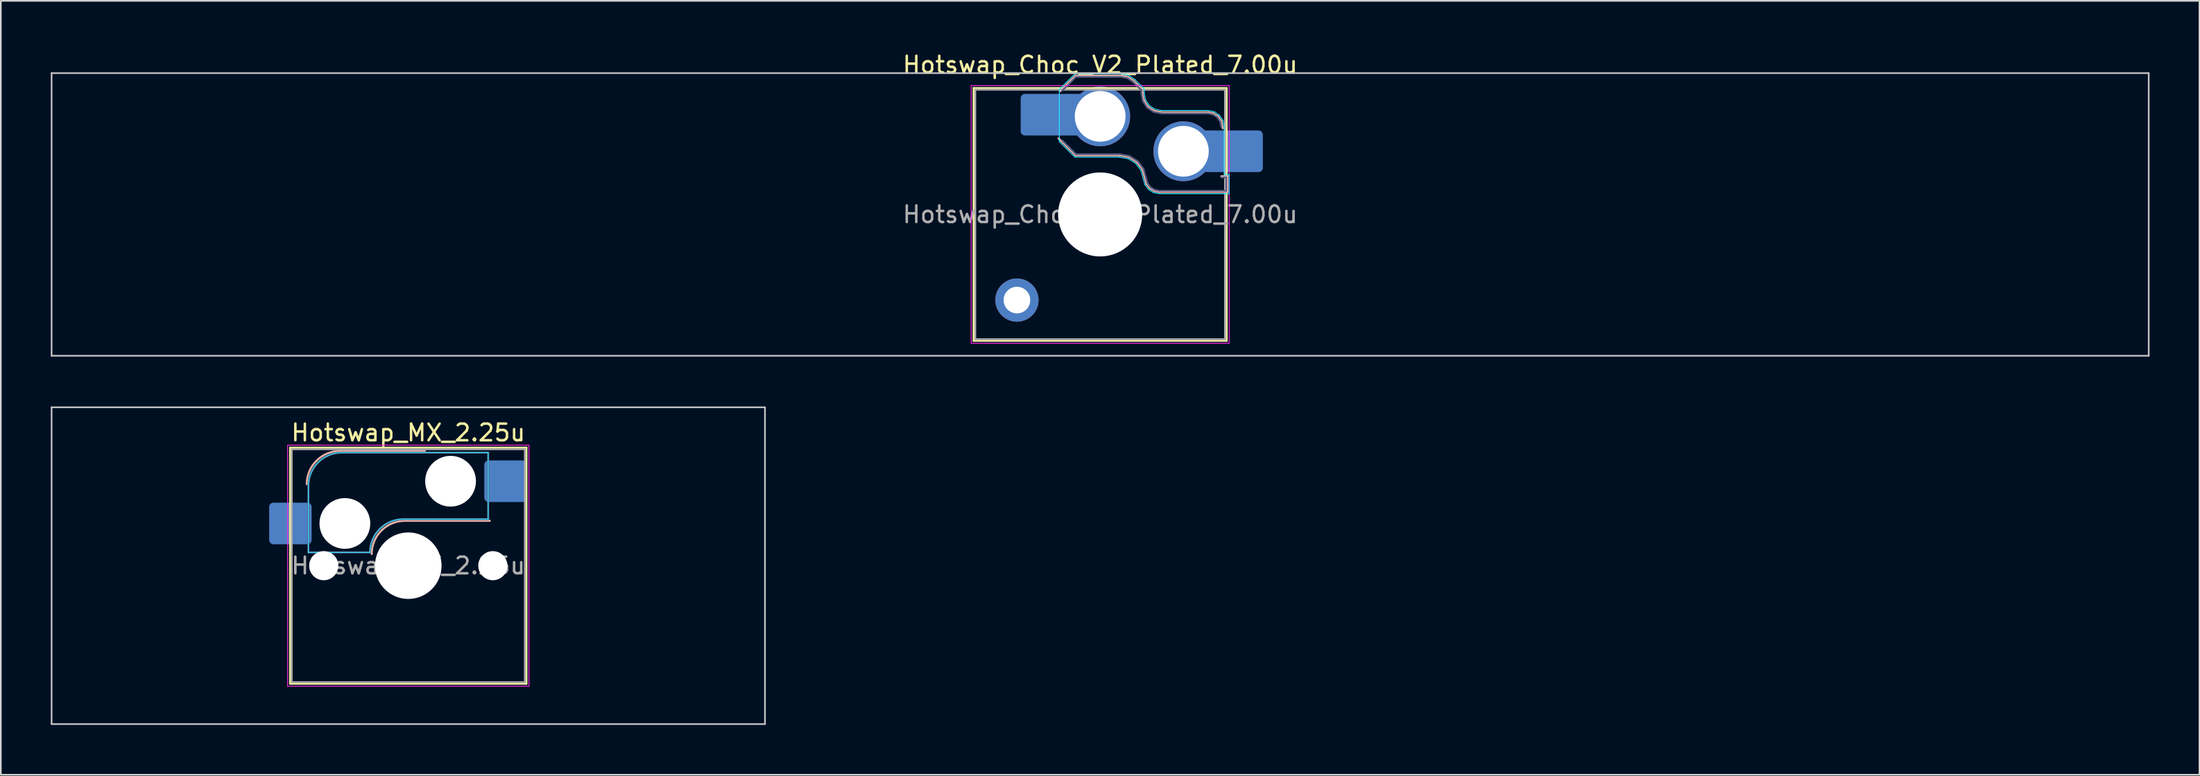
<source format=kicad_pcb>
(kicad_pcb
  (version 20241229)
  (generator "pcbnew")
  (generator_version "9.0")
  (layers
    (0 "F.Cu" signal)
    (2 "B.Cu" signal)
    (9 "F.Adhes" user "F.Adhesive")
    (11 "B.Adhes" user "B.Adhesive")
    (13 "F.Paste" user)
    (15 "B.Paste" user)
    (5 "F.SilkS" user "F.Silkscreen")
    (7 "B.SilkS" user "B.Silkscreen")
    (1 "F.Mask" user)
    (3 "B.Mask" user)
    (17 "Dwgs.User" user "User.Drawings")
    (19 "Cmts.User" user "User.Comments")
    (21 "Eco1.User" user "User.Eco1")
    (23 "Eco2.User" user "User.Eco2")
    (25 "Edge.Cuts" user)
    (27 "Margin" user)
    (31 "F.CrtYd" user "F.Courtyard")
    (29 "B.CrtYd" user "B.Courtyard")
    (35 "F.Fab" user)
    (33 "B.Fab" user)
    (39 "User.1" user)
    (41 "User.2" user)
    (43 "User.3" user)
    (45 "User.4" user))
  (footprint "Hotswap_Choc_V2_Plated_7.00u"
    (layer "F.Cu")
    (at 63.05 9.848)
    (property "Reference" "Hotswap_Choc_V2_Plated_7.00u" (at 0 -9 0) (layer "F.SilkS") (effects (font (size 1 1) (thickness 0.15))))
    (attr smd)
    (fp_line (start -7.6 -7.6) (end -7.6 7.6) (stroke (width 0.12) (type solid)) (layer "F.SilkS"))
    (fp_line (start -7.6 7.6) (end 7.6 7.6) (stroke (width 0.12) (type solid)) (layer "F.SilkS"))
    (fp_line (start 7.6 -7.6) (end -7.6 -7.6) (stroke (width 0.12) (type solid)) (layer "F.SilkS"))
    (fp_line (start 7.6 7.6) (end 7.6 -7.6) (stroke (width 0.12) (type solid)) (layer "F.SilkS"))
    (fp_line (start -2.416 -7.409) (end -1.479 -8.346) (stroke (width 0.12) (type solid)) (layer "B.SilkS"))
    (fp_line (start -1.479 -8.346) (end 1.268 -8.346) (stroke (width 0.12) (type solid)) (layer "B.SilkS"))
    (fp_line (start -1.479 -3.554) (end -2.5 -4.575) (stroke (width 0.12) (type solid)) (layer "B.SilkS"))
    (fp_line (start 1.168 -3.554) (end -1.479 -3.554) (stroke (width 0.12) (type solid)) (layer "B.SilkS"))
    (fp_line (start 1.268 -8.346) (end 1.671 -8.266) (stroke (width 0.12) (type solid)) (layer "B.SilkS"))
    (fp_line (start 1.671 -8.266) (end 2.013 -8.037) (stroke (width 0.12) (type solid)) (layer "B.SilkS"))
    (fp_line (start 1.73 -3.449) (end 1.168 -3.554) (stroke (width 0.12) (type solid)) (layer "B.SilkS"))
    (fp_line (start 2.013 -8.037) (end 2.546 -7.504) (stroke (width 0.12) (type solid)) (layer "B.SilkS"))
    (fp_line (start 2.209 -3.15) (end 1.73 -3.449) (stroke (width 0.12) (type solid)) (layer "B.SilkS"))
    (fp_line (start 2.546 -7.504) (end 2.546 -7.282) (stroke (width 0.12) (type solid)) (layer "B.SilkS"))
    (fp_line (start 2.546 -7.282) (end 2.633 -6.844) (stroke (width 0.12) (type solid)) (layer "B.SilkS"))
    (fp_line (start 2.547 -2.697) (end 2.209 -3.15) (stroke (width 0.12) (type solid)) (layer "B.SilkS"))
    (fp_line (start 2.633 -6.844) (end 2.877 -6.477) (stroke (width 0.12) (type solid)) (layer "B.SilkS"))
    (fp_line (start 2.701 -2.139) (end 2.547 -2.697) (stroke (width 0.12) (type solid)) (layer "B.SilkS"))
    (fp_line (start 2.783 -1.841) (end 2.701 -2.139) (stroke (width 0.12) (type solid)) (layer "B.SilkS"))
    (fp_line (start 2.877 -6.477) (end 3.244 -6.233) (stroke (width 0.12) (type solid)) (layer "B.SilkS"))
    (fp_line (start 2.976 -1.583) (end 2.783 -1.841) (stroke (width 0.12) (type solid)) (layer "B.SilkS"))
    (fp_line (start 3.244 -6.233) (end 3.682 -6.146) (stroke (width 0.12) (type solid)) (layer "B.SilkS"))
    (fp_line (start 3.25 -1.413) (end 2.976 -1.583) (stroke (width 0.12) (type solid)) (layer "B.SilkS"))
    (fp_line (start 3.56 -1.354) (end 3.25 -1.413) (stroke (width 0.12) (type solid)) (layer "B.SilkS"))
    (fp_line (start 3.682 -6.146) (end 6.482 -6.146) (stroke (width 0.12) (type solid)) (layer "B.SilkS"))
    (fp_line (start 6.482 -6.146) (end 6.809 -6.081) (stroke (width 0.12) (type solid)) (layer "B.SilkS"))
    (fp_line (start 6.809 -6.081) (end 7.092 -5.892) (stroke (width 0.12) (type solid)) (layer "B.SilkS"))
    (fp_line (start 7.092 -5.892) (end 7.281 -5.609) (stroke (width 0.12) (type solid)) (layer "B.SilkS"))
    (fp_line (start 7.281 -5.609) (end 7.366 -5.182) (stroke (width 0.12) (type solid)) (layer "B.SilkS"))
    (fp_line (start 7.283 -2.296) (end 7.646 -2.296) (stroke (width 0.12) (type solid)) (layer "B.SilkS"))
    (fp_line (start 7.646 -2.296) (end 7.646 -1.354) (stroke (width 0.12) (type solid)) (layer "B.SilkS"))
    (fp_line (start 7.646 -1.354) (end 3.56 -1.354) (stroke (width 0.12) (type solid)) (layer "B.SilkS"))
    (fp_line (start -63 -8.5) (end -63 8.5) (stroke (width 0.1) (type solid)) (layer "Dwgs.User"))
    (fp_line (start -63 8.5) (end 63 8.5) (stroke (width 0.1) (type solid)) (layer "Dwgs.User"))
    (fp_line (start 63 -8.5) (end -63 -8.5) (stroke (width 0.1) (type solid)) (layer "Dwgs.User"))
    (fp_line (start 63 8.5) (end 63 -8.5) (stroke (width 0.1) (type solid)) (layer "Dwgs.User"))
    (fp_line (start -7.25 -7.25) (end -7.25 7.25) (stroke (width 0.1) (type solid)) (layer "Eco1.User"))
    (fp_line (start -7.25 7.25) (end 7.25 7.25) (stroke (width 0.1) (type solid)) (layer "Eco1.User"))
    (fp_line (start 7.25 -7.25) (end -7.25 -7.25) (stroke (width 0.1) (type solid)) (layer "Eco1.User"))
    (fp_line (start 7.25 7.25) (end 7.25 -7.25) (stroke (width 0.1) (type solid)) (layer "Eco1.User"))
    (fp_line (start -2.452 -7.523) (end -1.523 -8.452) (stroke (width 0.05) (type solid)) (layer "B.CrtYd"))
    (fp_line (start -2.452 -4.377) (end -2.452 -7.523) (stroke (width 0.05) (type solid)) (layer "B.CrtYd"))
    (fp_line (start -1.523 -8.452) (end 1.278 -8.452) (stroke (width 0.05) (type solid)) (layer "B.CrtYd"))
    (fp_line (start -1.523 -3.448) (end -2.452 -4.377) (stroke (width 0.05) (type solid)) (layer "B.CrtYd"))
    (fp_line (start 1.159 -3.448) (end -1.523 -3.448) (stroke (width 0.05) (type solid)) (layer "B.CrtYd"))
    (fp_line (start 1.278 -8.452) (end 1.712 -8.366) (stroke (width 0.05) (type solid)) (layer "B.CrtYd"))
    (fp_line (start 1.691 -3.348) (end 1.159 -3.448) (stroke (width 0.05) (type solid)) (layer "B.CrtYd"))
    (fp_line (start 1.712 -8.366) (end 2.081 -8.119) (stroke (width 0.05) (type solid)) (layer "B.CrtYd"))
    (fp_line (start 2.081 -8.119) (end 2.652 -7.548) (stroke (width 0.05) (type solid)) (layer "B.CrtYd"))
    (fp_line (start 2.136 -3.071) (end 1.691 -3.348) (stroke (width 0.05) (type solid)) (layer "B.CrtYd"))
    (fp_line (start 2.45 -2.65) (end 2.136 -3.071) (stroke (width 0.05) (type solid)) (layer "B.CrtYd"))
    (fp_line (start 2.599 -2.111) (end 2.45 -2.65) (stroke (width 0.05) (type solid)) (layer "B.CrtYd"))
    (fp_line (start 2.652 -7.548) (end 2.652 -7.292) (stroke (width 0.05) (type solid)) (layer "B.CrtYd"))
    (fp_line (start 2.652 -7.292) (end 2.733 -6.885) (stroke (width 0.05) (type solid)) (layer "B.CrtYd"))
    (fp_line (start 2.687 -1.794) (end 2.599 -2.111) (stroke (width 0.05) (type solid)) (layer "B.CrtYd"))
    (fp_line (start 2.733 -6.885) (end 2.953 -6.553) (stroke (width 0.05) (type solid)) (layer "B.CrtYd"))
    (fp_line (start 2.903 -1.503) (end 2.687 -1.794) (stroke (width 0.05) (type solid)) (layer "B.CrtYd"))
    (fp_line (start 2.953 -6.553) (end 3.285 -6.333) (stroke (width 0.05) (type solid)) (layer "B.CrtYd"))
    (fp_line (start 3.211 -1.312) (end 2.903 -1.503) (stroke (width 0.05) (type solid)) (layer "B.CrtYd"))
    (fp_line (start 3.285 -6.333) (end 3.692 -6.252) (stroke (width 0.05) (type solid)) (layer "B.CrtYd"))
    (fp_line (start 3.55 -1.248) (end 3.211 -1.312) (stroke (width 0.05) (type solid)) (layer "B.CrtYd"))
    (fp_line (start 3.692 -6.252) (end 6.492 -6.252) (stroke (width 0.05) (type solid)) (layer "B.CrtYd"))
    (fp_line (start 6.492 -6.252) (end 6.85 -6.181) (stroke (width 0.05) (type solid)) (layer "B.CrtYd"))
    (fp_line (start 6.85 -6.181) (end 7.168 -5.968) (stroke (width 0.05) (type solid)) (layer "B.CrtYd"))
    (fp_line (start 7.168 -5.968) (end 7.381 -5.65) (stroke (width 0.05) (type solid)) (layer "B.CrtYd"))
    (fp_line (start 7.381 -5.65) (end 7.452 -5.292) (stroke (width 0.05) (type solid)) (layer "B.CrtYd"))
    (fp_line (start 7.452 -5.292) (end 7.452 -2.402) (stroke (width 0.05) (type solid)) (layer "B.CrtYd"))
    (fp_line (start 7.452 -2.402) (end 7.752 -2.402) (stroke (width 0.05) (type solid)) (layer "B.CrtYd"))
    (fp_line (start 7.752 -2.402) (end 7.752 -1.248) (stroke (width 0.05) (type solid)) (layer "B.CrtYd"))
    (fp_line (start 7.752 -1.248) (end 3.55 -1.248) (stroke (width 0.05) (type solid)) (layer "B.CrtYd"))
    (fp_line (start -7.75 -7.75) (end -7.75 7.75) (stroke (width 0.05) (type solid)) (layer "F.CrtYd"))
    (fp_line (start -7.75 7.75) (end 7.75 7.75) (stroke (width 0.05) (type solid)) (layer "F.CrtYd"))
    (fp_line (start 7.75 -7.75) (end -7.75 -7.75) (stroke (width 0.05) (type solid)) (layer "F.CrtYd"))
    (fp_line (start 7.75 7.75) (end 7.75 -7.75) (stroke (width 0.05) (type solid)) (layer "F.CrtYd"))
    (fp_line (start -2.275 -7.45) (end -1.45 -8.275) (stroke (width 0.1) (type solid)) (layer "B.Fab"))
    (fp_line (start -1.45 -8.275) (end 1.261 -8.275) (stroke (width 0.1) (type solid)) (layer "B.Fab"))
    (fp_line (start -1.45 -3.625) (end -2.275 -4.45) (stroke (width 0.1) (type solid)) (layer "B.Fab"))
    (fp_line (start 1.175 -3.625) (end -1.45 -3.625) (stroke (width 0.1) (type solid)) (layer "B.Fab"))
    (fp_line (start 1.261 -8.275) (end 1.643 -8.199) (stroke (width 0.1) (type solid)) (layer "B.Fab"))
    (fp_line (start 1.643 -8.199) (end 1.968 -7.982) (stroke (width 0.1) (type solid)) (layer "B.Fab"))
    (fp_line (start 1.756 -3.516) (end 1.175 -3.625) (stroke (width 0.1) (type solid)) (layer "B.Fab"))
    (fp_line (start 1.968 -7.982) (end 2.475 -7.475) (stroke (width 0.1) (type solid)) (layer "B.Fab"))
    (fp_line (start 2.258 -3.203) (end 1.756 -3.516) (stroke (width 0.1) (type solid)) (layer "B.Fab"))
    (fp_line (start 2.475 -7.475) (end 2.475 -7.275) (stroke (width 0.1) (type solid)) (layer "B.Fab"))
    (fp_line (start 2.475 -7.275) (end 2.566 -6.816) (stroke (width 0.1) (type solid)) (layer "B.Fab"))
    (fp_line (start 2.566 -6.816) (end 2.826 -6.426) (stroke (width 0.1) (type solid)) (layer "B.Fab"))
    (fp_line (start 2.612 -2.729) (end 2.258 -3.203) (stroke (width 0.1) (type solid)) (layer "B.Fab"))
    (fp_line (start 2.769 -2.158) (end 2.612 -2.729) (stroke (width 0.1) (type solid)) (layer "B.Fab"))
    (fp_line (start 2.826 -6.426) (end 3.216 -6.166) (stroke (width 0.1) (type solid)) (layer "B.Fab"))
    (fp_line (start 2.848 -1.873) (end 2.769 -2.158) (stroke (width 0.1) (type solid)) (layer "B.Fab"))
    (fp_line (start 3.025 -1.636) (end 2.848 -1.873) (stroke (width 0.1) (type solid)) (layer "B.Fab"))
    (fp_line (start 3.216 -6.166) (end 3.675 -6.075) (stroke (width 0.1) (type solid)) (layer "B.Fab"))
    (fp_line (start 3.276 -1.48) (end 3.025 -1.636) (stroke (width 0.1) (type solid)) (layer "B.Fab"))
    (fp_line (start 3.567 -1.425) (end 3.276 -1.48) (stroke (width 0.1) (type solid)) (layer "B.Fab"))
    (fp_line (start 3.675 -6.075) (end 6.475 -6.075) (stroke (width 0.1) (type solid)) (layer "B.Fab"))
    (fp_line (start 6.475 -6.075) (end 6.781 -6.014) (stroke (width 0.1) (type solid)) (layer "B.Fab"))
    (fp_line (start 6.781 -6.014) (end 7.041 -5.841) (stroke (width 0.1) (type solid)) (layer "B.Fab"))
    (fp_line (start 7.041 -5.841) (end 7.214 -5.581) (stroke (width 0.1) (type solid)) (layer "B.Fab"))
    (fp_line (start 7.214 -5.581) (end 7.275 -5.275) (stroke (width 0.1) (type solid)) (layer "B.Fab"))
    (fp_line (start 7.275 -2.225) (end 7.575 -2.225) (stroke (width 0.1) (type solid)) (layer "B.Fab"))
    (fp_line (start 7.575 -2.225) (end 7.575 -1.425) (stroke (width 0.1) (type solid)) (layer "B.Fab"))
    (fp_line (start 7.575 -1.425) (end 3.567 -1.425) (stroke (width 0.1) (type solid)) (layer "B.Fab"))
    (fp_line (start -7.5 -7.5) (end -7.5 7.5) (stroke (width 0.1) (type solid)) (layer "F.Fab"))
    (fp_line (start -7.5 7.5) (end 7.5 7.5) (stroke (width 0.1) (type solid)) (layer "F.Fab"))
    (fp_line (start 7.5 -7.5) (end -7.5 -7.5) (stroke (width 0.1) (type solid)) (layer "F.Fab"))
    (fp_line (start 7.5 7.5) (end 7.5 -7.5) (stroke (width 0.1) (type solid)) (layer "F.Fab"))
    (fp_text user "${REFERENCE}" (at 0 0 0) (layer "F.Fab") (effects (font (size 1 1) (thickness 0.15))))
    (pad "" thru_hole circle (at -5 5.15) (size 2.6 2.6) (drill 1.6) (layers "*.Cu" "*.Mask"))
    (pad "" smd roundrect (at -3.5 -6) (size 2.55 2.5) (layers "B.Mask" "B.Paste") (roundrect_rratio 0.1))
    (pad "" np_thru_hole circle (at 0 0) (size 5.05 5.05) (drill 5.05) (layers "*.Cu" "*.Mask"))
    (pad "" smd roundrect (at 8.5 -3.8) (size 2.55 2.5) (layers "B.Mask" "B.Paste") (roundrect_rratio 0.1))
    (pad "1" smd roundrect (at -2.85 -6) (size 3.85 2.5) (layers "B.Cu") (roundrect_rratio 0.1))
    (pad "1" thru_hole circle (at 0 -5.9) (size 3.6 3.6) (drill 3.05) (layers "*.Cu" "*.Mask"))
    (pad "2" thru_hole circle (at 5 -3.8) (size 3.6 3.6) (drill 3.05) (layers "*.Cu" "*.Mask"))
    (pad "2" smd roundrect (at 7.85 -3.8) (size 3.85 2.5) (layers "B.Cu") (roundrect_rratio 0.1)))
  (footprint "Hotswap_MX_2.25u"
    (layer "F.Cu")
    (at 21.481 30.973)
    (property "Reference" "Hotswap_MX_2.25u" (at 0 -8 0) (layer "F.SilkS") (effects (font (size 1 1) (thickness 0.15))))
    (attr smd)
    (fp_line (start -7.1 -7.1) (end -7.1 7.1) (stroke (width 0.12) (type solid)) (layer "F.SilkS"))
    (fp_line (start -7.1 7.1) (end 7.1 7.1) (stroke (width 0.12) (type solid)) (layer "F.SilkS"))
    (fp_line (start 7.1 -7.1) (end -7.1 -7.1) (stroke (width 0.12) (type solid)) (layer "F.SilkS"))
    (fp_line (start 7.1 7.1) (end 7.1 -7.1) (stroke (width 0.12) (type solid)) (layer "F.SilkS"))
    (fp_line (start -4.1 -6.9) (end 1 -6.9) (stroke (width 0.12) (type solid)) (layer "B.SilkS"))
    (fp_line (start -0.2 -2.7) (end 4.9 -2.7) (stroke (width 0.12) (type solid)) (layer "B.SilkS"))
    (fp_arc (start -6.1 -4.9) (mid -5.514214 -6.314214) (end -4.1 -6.9) (stroke (width 0.12) (type solid)) (layer "B.SilkS"))
    (fp_arc (start -2.2 -0.7) (mid -1.614214 -2.114214) (end -0.2 -2.7) (stroke (width 0.12) (type solid)) (layer "B.SilkS"))
    (fp_line (start -21.431 -9.525) (end -21.431 9.525) (stroke (width 0.1) (type solid)) (layer "Dwgs.User"))
    (fp_line (start -21.431 9.525) (end 21.431 9.525) (stroke (width 0.1) (type solid)) (layer "Dwgs.User"))
    (fp_line (start 21.431 -9.525) (end -21.431 -9.525) (stroke (width 0.1) (type solid)) (layer "Dwgs.User"))
    (fp_line (start 21.431 9.525) (end 21.431 -9.525) (stroke (width 0.1) (type solid)) (layer "Dwgs.User"))
    (fp_line (start -7.8 -6) (end -7 -6) (stroke (width 0.1) (type solid)) (layer "Eco1.User"))
    (fp_line (start -7.8 -2.9) (end -7.8 -6) (stroke (width 0.1) (type solid)) (layer "Eco1.User"))
    (fp_line (start -7.8 2.9) (end -7 2.9) (stroke (width 0.1) (type solid)) (layer "Eco1.User"))
    (fp_line (start -7.8 6) (end -7.8 2.9) (stroke (width 0.1) (type solid)) (layer "Eco1.User"))
    (fp_line (start -7 -7) (end 7 -7) (stroke (width 0.1) (type solid)) (layer "Eco1.User"))
    (fp_line (start -7 -6) (end -7 -7) (stroke (width 0.1) (type solid)) (layer "Eco1.User"))
    (fp_line (start -7 -2.9) (end -7.8 -2.9) (stroke (width 0.1) (type solid)) (layer "Eco1.User"))
    (fp_line (start -7 2.9) (end -7 -2.9) (stroke (width 0.1) (type solid)) (layer "Eco1.User"))
    (fp_line (start -7 6) (end -7.8 6) (stroke (width 0.1) (type solid)) (layer "Eco1.User"))
    (fp_line (start -7 7) (end -7 6) (stroke (width 0.1) (type solid)) (layer "Eco1.User"))
    (fp_line (start 7 -7) (end 7 -6) (stroke (width 0.1) (type solid)) (layer "Eco1.User"))
    (fp_line (start 7 -6) (end 7.8 -6) (stroke (width 0.1) (type solid)) (layer "Eco1.User"))
    (fp_line (start 7 -2.9) (end 7 2.9) (stroke (width 0.1) (type solid)) (layer "Eco1.User"))
    (fp_line (start 7 2.9) (end 7.8 2.9) (stroke (width 0.1) (type solid)) (layer "Eco1.User"))
    (fp_line (start 7 6) (end 7 7) (stroke (width 0.1) (type solid)) (layer "Eco1.User"))
    (fp_line (start 7 7) (end -7 7) (stroke (width 0.1) (type solid)) (layer "Eco1.User"))
    (fp_line (start 7.8 -6) (end 7.8 -2.9) (stroke (width 0.1) (type solid)) (layer "Eco1.User"))
    (fp_line (start 7.8 -2.9) (end 7 -2.9) (stroke (width 0.1) (type solid)) (layer "Eco1.User"))
    (fp_line (start 7.8 2.9) (end 7.8 6) (stroke (width 0.1) (type solid)) (layer "Eco1.User"))
    (fp_line (start 7.8 6) (end 7 6) (stroke (width 0.1) (type solid)) (layer "Eco1.User"))
    (fp_line (start -6 -0.8) (end -6 -4.8) (stroke (width 0.05) (type solid)) (layer "B.CrtYd"))
    (fp_line (start -6 -0.8) (end -2.3 -0.8) (stroke (width 0.05) (type solid)) (layer "B.CrtYd"))
    (fp_line (start -4 -6.8) (end 4.8 -6.8) (stroke (width 0.05) (type solid)) (layer "B.CrtYd"))
    (fp_line (start -0.3 -2.8) (end 4.8 -2.8) (stroke (width 0.05) (type solid)) (layer "B.CrtYd"))
    (fp_line (start 4.8 -6.8) (end 4.8 -2.8) (stroke (width 0.05) (type solid)) (layer "B.CrtYd"))
    (fp_arc (start -6 -4.8) (mid -5.414214 -6.214214) (end -4 -6.8) (stroke (width 0.05) (type solid)) (layer "B.CrtYd"))
    (fp_arc (start -2.3 -0.8) (mid -1.714214 -2.214214) (end -0.3 -2.8) (stroke (width 0.05) (type solid)) (layer "B.CrtYd"))
    (fp_line (start -7.25 -7.25) (end -7.25 7.25) (stroke (width 0.05) (type solid)) (layer "F.CrtYd"))
    (fp_line (start -7.25 7.25) (end 7.25 7.25) (stroke (width 0.05) (type solid)) (layer "F.CrtYd"))
    (fp_line (start 7.25 -7.25) (end -7.25 -7.25) (stroke (width 0.05) (type solid)) (layer "F.CrtYd"))
    (fp_line (start 7.25 7.25) (end 7.25 -7.25) (stroke (width 0.05) (type solid)) (layer "F.CrtYd"))
    (fp_line (start -6 -0.8) (end -6 -4.8) (stroke (width 0.12) (type solid)) (layer "B.Fab"))
    (fp_line (start -6 -0.8) (end -2.3 -0.8) (stroke (width 0.12) (type solid)) (layer "B.Fab"))
    (fp_line (start -4 -6.8) (end 4.8 -6.8) (stroke (width 0.12) (type solid)) (layer "B.Fab"))
    (fp_line (start -0.3 -2.8) (end 4.8 -2.8) (stroke (width 0.12) (type solid)) (layer "B.Fab"))
    (fp_line (start 4.8 -6.8) (end 4.8 -2.8) (stroke (width 0.12) (type solid)) (layer "B.Fab"))
    (fp_arc (start -6 -4.8) (mid -5.414214 -6.214214) (end -4 -6.8) (stroke (width 0.12) (type solid)) (layer "B.Fab"))
    (fp_arc (start -2.3 -0.8) (mid -1.714214 -2.214214) (end -0.3 -2.8) (stroke (width 0.12) (type solid)) (layer "B.Fab"))
    (fp_line (start -7 -7) (end -7 7) (stroke (width 0.1) (type solid)) (layer "F.Fab"))
    (fp_line (start -7 7) (end 7 7) (stroke (width 0.1) (type solid)) (layer "F.Fab"))
    (fp_line (start 7 -7) (end -7 -7) (stroke (width 0.1) (type solid)) (layer "F.Fab"))
    (fp_line (start 7 7) (end 7 -7) (stroke (width 0.1) (type solid)) (layer "F.Fab"))
    (fp_text user "${REFERENCE}" (at 0 0 0) (layer "F.Fab") (effects (font (size 1 1) (thickness 0.15))))
    (pad "" np_thru_hole circle (at -5.08 0) (size 1.75 1.75) (drill 1.75) (layers "*.Cu" "*.Mask"))
    (pad "" np_thru_hole circle (at -3.81 -2.54) (size 3.05 3.05) (drill 3.05) (layers "*.Cu" "*.Mask"))
    (pad "" np_thru_hole circle (at 0 0) (size 4 4) (drill 4) (layers "*.Cu" "*.Mask"))
    (pad "" np_thru_hole circle (at 2.54 -5.08) (size 3.05 3.05) (drill 3.05) (layers "*.Cu" "*.Mask"))
    (pad "" np_thru_hole circle (at 5.08 0) (size 1.75 1.75) (drill 1.75) (layers "*.Cu" "*.Mask"))
    (pad "1" smd roundrect (at -7.085 -2.54) (size 2.55 2.5) (layers "B.Cu" "B.Mask" "B.Paste") (roundrect_rratio 0.1))
    (pad "2" smd roundrect (at 5.842 -5.08) (size 2.55 2.5) (layers "B.Cu" "B.Mask" "B.Paste") (roundrect_rratio 0.1)))
  (gr_rect
    (start -3 -3)
    (end 129.1 43.548)
    (stroke (width 0.1) (type default))
    (fill no)
    (layer "Edge.Cuts")))
</source>
